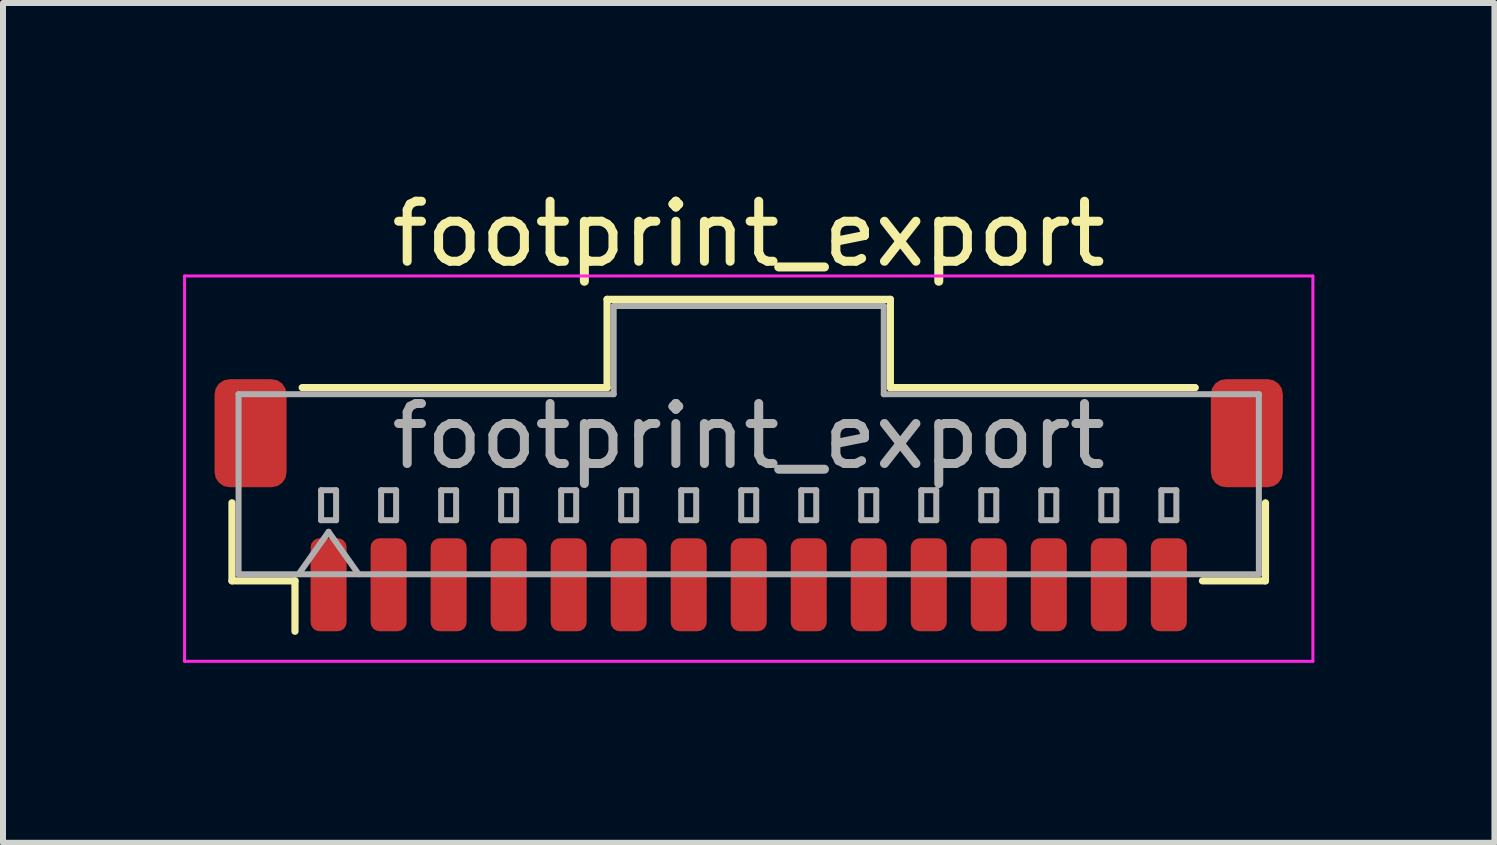
<source format=kicad_pcb>
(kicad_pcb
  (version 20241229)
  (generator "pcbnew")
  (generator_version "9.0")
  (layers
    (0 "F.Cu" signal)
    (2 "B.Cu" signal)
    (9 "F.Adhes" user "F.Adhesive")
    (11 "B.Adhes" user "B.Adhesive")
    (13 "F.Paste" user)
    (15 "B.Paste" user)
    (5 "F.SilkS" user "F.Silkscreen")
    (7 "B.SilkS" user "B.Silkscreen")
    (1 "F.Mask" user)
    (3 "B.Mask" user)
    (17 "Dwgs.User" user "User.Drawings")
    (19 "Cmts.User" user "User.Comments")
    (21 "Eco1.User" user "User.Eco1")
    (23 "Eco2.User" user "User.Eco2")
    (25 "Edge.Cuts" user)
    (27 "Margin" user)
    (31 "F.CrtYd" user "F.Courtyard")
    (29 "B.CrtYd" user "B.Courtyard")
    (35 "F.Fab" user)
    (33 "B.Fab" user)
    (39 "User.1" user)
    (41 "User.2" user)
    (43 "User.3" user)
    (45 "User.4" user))
  (footprint "footprint_export"
    (layer "F.Cu")
    (at 9.425 5.368)
    (property "Reference" "footprint_export" (at 0 -4.52 0) (layer "F.SilkS") (effects (font (size 1 1) (thickness 0.15))))
    (attr smd)
    (fp_line (start -8.61 -0.04) (end -8.61 1.26) (stroke (width 0.12) (type solid)) (layer "F.SilkS"))
    (fp_line (start -8.61 1.26) (end -7.56 1.26) (stroke (width 0.12) (type solid)) (layer "F.SilkS"))
    (fp_line (start -7.56 1.26) (end -7.56 2.1) (stroke (width 0.12) (type solid)) (layer "F.SilkS"))
    (fp_line (start -7.44 -1.96) (end -2.36 -1.96) (stroke (width 0.12) (type solid)) (layer "F.SilkS"))
    (fp_line (start -2.36 -3.43) (end 2.36 -3.43) (stroke (width 0.12) (type solid)) (layer "F.SilkS"))
    (fp_line (start -2.36 -1.96) (end -2.36 -3.43) (stroke (width 0.12) (type solid)) (layer "F.SilkS"))
    (fp_line (start 2.36 -3.43) (end 2.36 -1.96) (stroke (width 0.12) (type solid)) (layer "F.SilkS"))
    (fp_line (start 2.36 -1.96) (end 7.44 -1.96) (stroke (width 0.12) (type solid)) (layer "F.SilkS"))
    (fp_line (start 8.61 -0.04) (end 8.61 1.26) (stroke (width 0.12) (type solid)) (layer "F.SilkS"))
    (fp_line (start 8.61 1.26) (end 7.56 1.26) (stroke (width 0.12) (type solid)) (layer "F.SilkS"))
    (fp_line (start -9.4 -3.82) (end -9.4 2.6) (stroke (width 0.05) (type solid)) (layer "F.CrtYd"))
    (fp_line (start -9.4 2.6) (end 9.4 2.6) (stroke (width 0.05) (type solid)) (layer "F.CrtYd"))
    (fp_line (start 9.4 -3.82) (end -9.4 -3.82) (stroke (width 0.05) (type solid)) (layer "F.CrtYd"))
    (fp_line (start 9.4 2.6) (end 9.4 -3.82) (stroke (width 0.05) (type solid)) (layer "F.CrtYd"))
    (fp_line (start -8.5 -1.85) (end -2.25 -1.85) (stroke (width 0.1) (type solid)) (layer "F.Fab"))
    (fp_line (start -8.5 1.15) (end -8.5 -1.85) (stroke (width 0.1) (type solid)) (layer "F.Fab"))
    (fp_line (start -8.5 1.15) (end 8.5 1.15) (stroke (width 0.1) (type solid)) (layer "F.Fab"))
    (fp_line (start -7.5 1.15) (end -7 0.443) (stroke (width 0.1) (type solid)) (layer "F.Fab"))
    (fp_line (start -7.125 -0.25) (end -7.125 0.25) (stroke (width 0.1) (type solid)) (layer "F.Fab"))
    (fp_line (start -7.125 0.25) (end -6.875 0.25) (stroke (width 0.1) (type solid)) (layer "F.Fab"))
    (fp_line (start -7 0.443) (end -6.5 1.15) (stroke (width 0.1) (type solid)) (layer "F.Fab"))
    (fp_line (start -6.875 -0.25) (end -7.125 -0.25) (stroke (width 0.1) (type solid)) (layer "F.Fab"))
    (fp_line (start -6.875 0.25) (end -6.875 -0.25) (stroke (width 0.1) (type solid)) (layer "F.Fab"))
    (fp_line (start -6.125 -0.25) (end -6.125 0.25) (stroke (width 0.1) (type solid)) (layer "F.Fab"))
    (fp_line (start -6.125 0.25) (end -5.875 0.25) (stroke (width 0.1) (type solid)) (layer "F.Fab"))
    (fp_line (start -5.875 -0.25) (end -6.125 -0.25) (stroke (width 0.1) (type solid)) (layer "F.Fab"))
    (fp_line (start -5.875 0.25) (end -5.875 -0.25) (stroke (width 0.1) (type solid)) (layer "F.Fab"))
    (fp_line (start -5.125 -0.25) (end -5.125 0.25) (stroke (width 0.1) (type solid)) (layer "F.Fab"))
    (fp_line (start -5.125 0.25) (end -4.875 0.25) (stroke (width 0.1) (type solid)) (layer "F.Fab"))
    (fp_line (start -4.875 -0.25) (end -5.125 -0.25) (stroke (width 0.1) (type solid)) (layer "F.Fab"))
    (fp_line (start -4.875 0.25) (end -4.875 -0.25) (stroke (width 0.1) (type solid)) (layer "F.Fab"))
    (fp_line (start -4.125 -0.25) (end -4.125 0.25) (stroke (width 0.1) (type solid)) (layer "F.Fab"))
    (fp_line (start -4.125 0.25) (end -3.875 0.25) (stroke (width 0.1) (type solid)) (layer "F.Fab"))
    (fp_line (start -3.875 -0.25) (end -4.125 -0.25) (stroke (width 0.1) (type solid)) (layer "F.Fab"))
    (fp_line (start -3.875 0.25) (end -3.875 -0.25) (stroke (width 0.1) (type solid)) (layer "F.Fab"))
    (fp_line (start -3.125 -0.25) (end -3.125 0.25) (stroke (width 0.1) (type solid)) (layer "F.Fab"))
    (fp_line (start -3.125 0.25) (end -2.875 0.25) (stroke (width 0.1) (type solid)) (layer "F.Fab"))
    (fp_line (start -2.875 -0.25) (end -3.125 -0.25) (stroke (width 0.1) (type solid)) (layer "F.Fab"))
    (fp_line (start -2.875 0.25) (end -2.875 -0.25) (stroke (width 0.1) (type solid)) (layer "F.Fab"))
    (fp_line (start -2.25 -3.32) (end 2.25 -3.32) (stroke (width 0.1) (type solid)) (layer "F.Fab"))
    (fp_line (start -2.25 -1.85) (end -2.25 -3.32) (stroke (width 0.1) (type solid)) (layer "F.Fab"))
    (fp_line (start -2.125 -0.25) (end -2.125 0.25) (stroke (width 0.1) (type solid)) (layer "F.Fab"))
    (fp_line (start -2.125 0.25) (end -1.875 0.25) (stroke (width 0.1) (type solid)) (layer "F.Fab"))
    (fp_line (start -1.875 -0.25) (end -2.125 -0.25) (stroke (width 0.1) (type solid)) (layer "F.Fab"))
    (fp_line (start -1.875 0.25) (end -1.875 -0.25) (stroke (width 0.1) (type solid)) (layer "F.Fab"))
    (fp_line (start -1.125 -0.25) (end -1.125 0.25) (stroke (width 0.1) (type solid)) (layer "F.Fab"))
    (fp_line (start -1.125 0.25) (end -0.875 0.25) (stroke (width 0.1) (type solid)) (layer "F.Fab"))
    (fp_line (start -0.875 -0.25) (end -1.125 -0.25) (stroke (width 0.1) (type solid)) (layer "F.Fab"))
    (fp_line (start -0.875 0.25) (end -0.875 -0.25) (stroke (width 0.1) (type solid)) (layer "F.Fab"))
    (fp_line (start -0.125 -0.25) (end -0.125 0.25) (stroke (width 0.1) (type solid)) (layer "F.Fab"))
    (fp_line (start -0.125 0.25) (end 0.125 0.25) (stroke (width 0.1) (type solid)) (layer "F.Fab"))
    (fp_line (start 0.125 -0.25) (end -0.125 -0.25) (stroke (width 0.1) (type solid)) (layer "F.Fab"))
    (fp_line (start 0.125 0.25) (end 0.125 -0.25) (stroke (width 0.1) (type solid)) (layer "F.Fab"))
    (fp_line (start 0.875 -0.25) (end 0.875 0.25) (stroke (width 0.1) (type solid)) (layer "F.Fab"))
    (fp_line (start 0.875 0.25) (end 1.125 0.25) (stroke (width 0.1) (type solid)) (layer "F.Fab"))
    (fp_line (start 1.125 -0.25) (end 0.875 -0.25) (stroke (width 0.1) (type solid)) (layer "F.Fab"))
    (fp_line (start 1.125 0.25) (end 1.125 -0.25) (stroke (width 0.1) (type solid)) (layer "F.Fab"))
    (fp_line (start 1.875 -0.25) (end 1.875 0.25) (stroke (width 0.1) (type solid)) (layer "F.Fab"))
    (fp_line (start 1.875 0.25) (end 2.125 0.25) (stroke (width 0.1) (type solid)) (layer "F.Fab"))
    (fp_line (start 2.125 -0.25) (end 1.875 -0.25) (stroke (width 0.1) (type solid)) (layer "F.Fab"))
    (fp_line (start 2.125 0.25) (end 2.125 -0.25) (stroke (width 0.1) (type solid)) (layer "F.Fab"))
    (fp_line (start 2.25 -3.32) (end 2.25 -1.85) (stroke (width 0.1) (type solid)) (layer "F.Fab"))
    (fp_line (start 2.25 -1.85) (end 8.5 -1.85) (stroke (width 0.1) (type solid)) (layer "F.Fab"))
    (fp_line (start 2.875 -0.25) (end 2.875 0.25) (stroke (width 0.1) (type solid)) (layer "F.Fab"))
    (fp_line (start 2.875 0.25) (end 3.125 0.25) (stroke (width 0.1) (type solid)) (layer "F.Fab"))
    (fp_line (start 3.125 -0.25) (end 2.875 -0.25) (stroke (width 0.1) (type solid)) (layer "F.Fab"))
    (fp_line (start 3.125 0.25) (end 3.125 -0.25) (stroke (width 0.1) (type solid)) (layer "F.Fab"))
    (fp_line (start 3.875 -0.25) (end 3.875 0.25) (stroke (width 0.1) (type solid)) (layer "F.Fab"))
    (fp_line (start 3.875 0.25) (end 4.125 0.25) (stroke (width 0.1) (type solid)) (layer "F.Fab"))
    (fp_line (start 4.125 -0.25) (end 3.875 -0.25) (stroke (width 0.1) (type solid)) (layer "F.Fab"))
    (fp_line (start 4.125 0.25) (end 4.125 -0.25) (stroke (width 0.1) (type solid)) (layer "F.Fab"))
    (fp_line (start 4.875 -0.25) (end 4.875 0.25) (stroke (width 0.1) (type solid)) (layer "F.Fab"))
    (fp_line (start 4.875 0.25) (end 5.125 0.25) (stroke (width 0.1) (type solid)) (layer "F.Fab"))
    (fp_line (start 5.125 -0.25) (end 4.875 -0.25) (stroke (width 0.1) (type solid)) (layer "F.Fab"))
    (fp_line (start 5.125 0.25) (end 5.125 -0.25) (stroke (width 0.1) (type solid)) (layer "F.Fab"))
    (fp_line (start 5.875 -0.25) (end 5.875 0.25) (stroke (width 0.1) (type solid)) (layer "F.Fab"))
    (fp_line (start 5.875 0.25) (end 6.125 0.25) (stroke (width 0.1) (type solid)) (layer "F.Fab"))
    (fp_line (start 6.125 -0.25) (end 5.875 -0.25) (stroke (width 0.1) (type solid)) (layer "F.Fab"))
    (fp_line (start 6.125 0.25) (end 6.125 -0.25) (stroke (width 0.1) (type solid)) (layer "F.Fab"))
    (fp_line (start 6.875 -0.25) (end 6.875 0.25) (stroke (width 0.1) (type solid)) (layer "F.Fab"))
    (fp_line (start 6.875 0.25) (end 7.125 0.25) (stroke (width 0.1) (type solid)) (layer "F.Fab"))
    (fp_line (start 7.125 -0.25) (end 6.875 -0.25) (stroke (width 0.1) (type solid)) (layer "F.Fab"))
    (fp_line (start 7.125 0.25) (end 7.125 -0.25) (stroke (width 0.1) (type solid)) (layer "F.Fab"))
    (fp_line (start 8.5 1.15) (end 8.5 -1.85) (stroke (width 0.1) (type solid)) (layer "F.Fab"))
    (fp_text user "${REFERENCE}" (at 0 -1.15 0) (layer "F.Fab") (effects (font (size 1 1) (thickness 0.15))))
    (pad "1" smd roundrect (at -7 1.325) (size 0.6 1.55) (layers "F.Cu" "F.Mask" "F.Paste") (roundrect_rratio 0.25))
    (pad "2" smd roundrect (at -6 1.325) (size 0.6 1.55) (layers "F.Cu" "F.Mask" "F.Paste") (roundrect_rratio 0.25))
    (pad "3" smd roundrect (at -5 1.325) (size 0.6 1.55) (layers "F.Cu" "F.Mask" "F.Paste") (roundrect_rratio 0.25))
    (pad "4" smd roundrect (at -4 1.325) (size 0.6 1.55) (layers "F.Cu" "F.Mask" "F.Paste") (roundrect_rratio 0.25))
    (pad "5" smd roundrect (at -3 1.325) (size 0.6 1.55) (layers "F.Cu" "F.Mask" "F.Paste") (roundrect_rratio 0.25))
    (pad "6" smd roundrect (at -2 1.325) (size 0.6 1.55) (layers "F.Cu" "F.Mask" "F.Paste") (roundrect_rratio 0.25))
    (pad "7" smd roundrect (at -1 1.325) (size 0.6 1.55) (layers "F.Cu" "F.Mask" "F.Paste") (roundrect_rratio 0.25))
    (pad "8" smd roundrect (at 0 1.325) (size 0.6 1.55) (layers "F.Cu" "F.Mask" "F.Paste") (roundrect_rratio 0.25))
    (pad "9" smd roundrect (at 1 1.325) (size 0.6 1.55) (layers "F.Cu" "F.Mask" "F.Paste") (roundrect_rratio 0.25))
    (pad "10" smd roundrect (at 2 1.325) (size 0.6 1.55) (layers "F.Cu" "F.Mask" "F.Paste") (roundrect_rratio 0.25))
    (pad "11" smd roundrect (at 3 1.325) (size 0.6 1.55) (layers "F.Cu" "F.Mask" "F.Paste") (roundrect_rratio 0.25))
    (pad "12" smd roundrect (at 4 1.325) (size 0.6 1.55) (layers "F.Cu" "F.Mask" "F.Paste") (roundrect_rratio 0.25))
    (pad "13" smd roundrect (at 5 1.325) (size 0.6 1.55) (layers "F.Cu" "F.Mask" "F.Paste") (roundrect_rratio 0.25))
    (pad "14" smd roundrect (at 6 1.325) (size 0.6 1.55) (layers "F.Cu" "F.Mask" "F.Paste") (roundrect_rratio 0.25))
    (pad "15" smd roundrect (at 7 1.325) (size 0.6 1.55) (layers "F.Cu" "F.Mask" "F.Paste") (roundrect_rratio 0.25))
    (pad "MP" smd roundrect (at -8.3 -1.2) (size 1.2 1.8) (layers "F.Cu" "F.Mask" "F.Paste") (roundrect_rratio 0.208))
    (pad "MP" smd roundrect (at 8.3 -1.2) (size 1.2 1.8) (layers "F.Cu" "F.Mask" "F.Paste") (roundrect_rratio 0.208)))
  (gr_rect
    (start -3 -3)
    (end 21.85 10.993)
    (stroke (width 0.1) (type default))
    (fill no)
    (layer "Edge.Cuts")))
</source>
